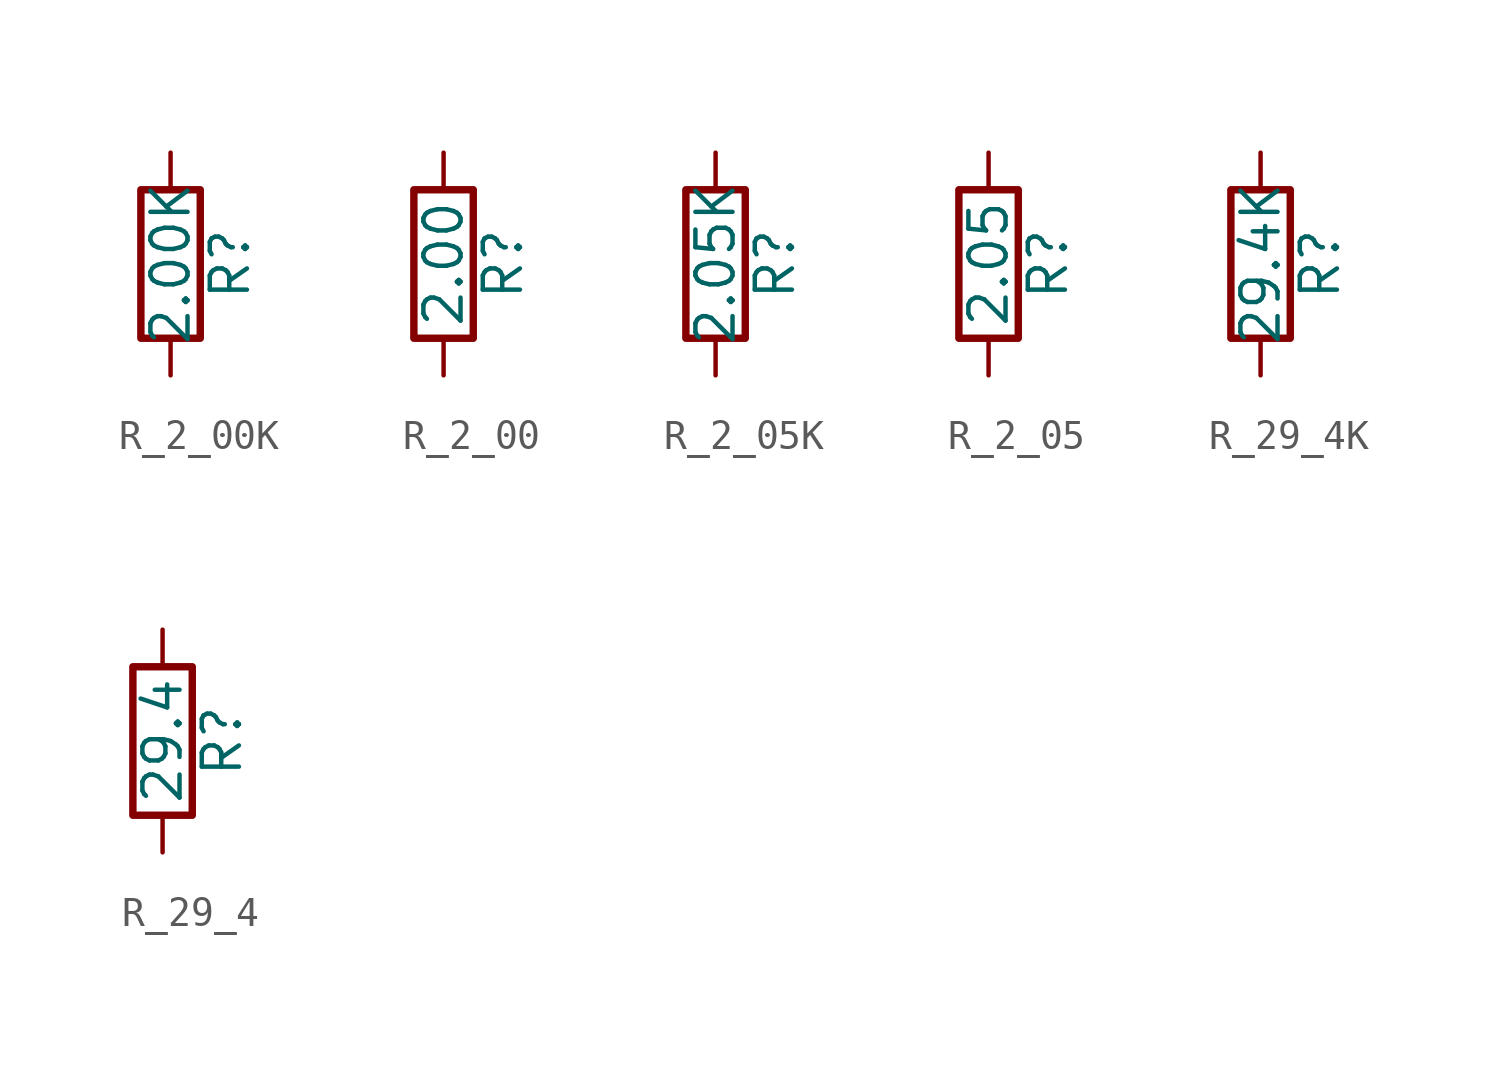
<source format=kicad_sym>
(kicad_symbol_lib
  (version 20211014)
  (generator atlantix-eda)
  (symbol "R_2_00K"
    (pin_numbers hide)
    (pin_names
      (offset 0))
    (property "Reference" "R"
      (at 2.032 0 90)
      (effects (font (size 1.27 1.27))))
    (property "Value" "2.00K"
      (at 0 0 90)
      (effects (font (size 1.27 1.27))))
    (symbol "R_2_00K_0_1"
      (rectangle (start -1.016 -2.54) (end 1.016 2.54) (stroke (width 0.254) (type default) (color 0 0 0 0)) (fill (type none))))
    (symbol "R_2_00K_1_1"
      (pin passive line (at 0 3.81 270) (length 1.27) (name "~" (effects (font (size 1.27 1.27)))) (number "1" (effects (font (size 1.27 1.27)))))
      (pin passive line (at 0 -3.81 90) (length 1.27) (name "~" (effects (font (size 1.27 1.27)))) (number "2" (effects (font (size 1.27 1.27)))))))
  (symbol "R_2_00"
    (pin_numbers hide)
    (pin_names
      (offset 0))
    (property "Reference" "R"
      (at 2.032 0 90)
      (effects (font (size 1.27 1.27))))
    (property "Value" "2.00"
      (at 0 0 90)
      (effects (font (size 1.27 1.27))))
    (symbol "R_2_00_0_1"
      (rectangle (start -1.016 -2.54) (end 1.016 2.54) (stroke (width 0.254) (type default) (color 0 0 0 0)) (fill (type none))))
    (symbol "R_2_00_1_1"
      (pin passive line (at 0 3.81 270) (length 1.27) (name "~" (effects (font (size 1.27 1.27)))) (number "1" (effects (font (size 1.27 1.27)))))
      (pin passive line (at 0 -3.81 90) (length 1.27) (name "~" (effects (font (size 1.27 1.27)))) (number "2" (effects (font (size 1.27 1.27)))))))
  (symbol "R_2_05K"
    (pin_numbers hide)
    (pin_names
      (offset 0))
    (property "Reference" "R"
      (at 2.032 0 90)
      (effects (font (size 1.27 1.27))))
    (property "Value" "2.05K"
      (at 0 0 90)
      (effects (font (size 1.27 1.27))))
    (symbol "R_2_05K_0_1"
      (rectangle (start -1.016 -2.54) (end 1.016 2.54) (stroke (width 0.254) (type default) (color 0 0 0 0)) (fill (type none))))
    (symbol "R_2_05K_1_1"
      (pin passive line (at 0 3.81 270) (length 1.27) (name "~" (effects (font (size 1.27 1.27)))) (number "1" (effects (font (size 1.27 1.27)))))
      (pin passive line (at 0 -3.81 90) (length 1.27) (name "~" (effects (font (size 1.27 1.27)))) (number "2" (effects (font (size 1.27 1.27)))))))
  (symbol "R_2_05"
    (pin_numbers hide)
    (pin_names
      (offset 0))
    (property "Reference" "R"
      (at 2.032 0 90)
      (effects (font (size 1.27 1.27))))
    (property "Value" "2.05"
      (at 0 0 90)
      (effects (font (size 1.27 1.27))))
    (symbol "R_2_05_0_1"
      (rectangle (start -1.016 -2.54) (end 1.016 2.54) (stroke (width 0.254) (type default) (color 0 0 0 0)) (fill (type none))))
    (symbol "R_2_05_1_1"
      (pin passive line (at 0 3.81 270) (length 1.27) (name "~" (effects (font (size 1.27 1.27)))) (number "1" (effects (font (size 1.27 1.27)))))
      (pin passive line (at 0 -3.81 90) (length 1.27) (name "~" (effects (font (size 1.27 1.27)))) (number "2" (effects (font (size 1.27 1.27)))))))
  (symbol "R_29_4K"
    (pin_numbers hide)
    (pin_names
      (offset 0))
    (property "Reference" "R"
      (at 2.032 0 90)
      (effects (font (size 1.27 1.27))))
    (property "Value" "29.4K"
      (at 0 0 90)
      (effects (font (size 1.27 1.27))))
    (symbol "R_29_4K_0_1"
      (rectangle (start -1.016 -2.54) (end 1.016 2.54) (stroke (width 0.254) (type default) (color 0 0 0 0)) (fill (type none))))
    (symbol "R_29_4K_1_1"
      (pin passive line (at 0 3.81 270) (length 1.27) (name "~" (effects (font (size 1.27 1.27)))) (number "1" (effects (font (size 1.27 1.27)))))
      (pin passive line (at 0 -3.81 90) (length 1.27) (name "~" (effects (font (size 1.27 1.27)))) (number "2" (effects (font (size 1.27 1.27)))))))
  (symbol "R_29_4"
    (pin_numbers hide)
    (pin_names
      (offset 0))
    (property "Reference" "R"
      (at 2.032 0 90)
      (effects (font (size 1.27 1.27))))
    (property "Value" "29.4"
      (at 0 0 90)
      (effects (font (size 1.27 1.27))))
    (symbol "R_29_4_0_1"
      (rectangle (start -1.016 -2.54) (end 1.016 2.54) (stroke (width 0.254) (type default) (color 0 0 0 0)) (fill (type none))))
    (symbol "R_29_4_1_1"
      (pin passive line (at 0 3.81 270) (length 1.27) (name "~" (effects (font (size 1.27 1.27)))) (number "1" (effects (font (size 1.27 1.27)))))
      (pin passive line (at 0 -3.81 90) (length 1.27) (name "~" (effects (font (size 1.27 1.27)))) (number "2" (effects (font (size 1.27 1.27))))))))
</source>
